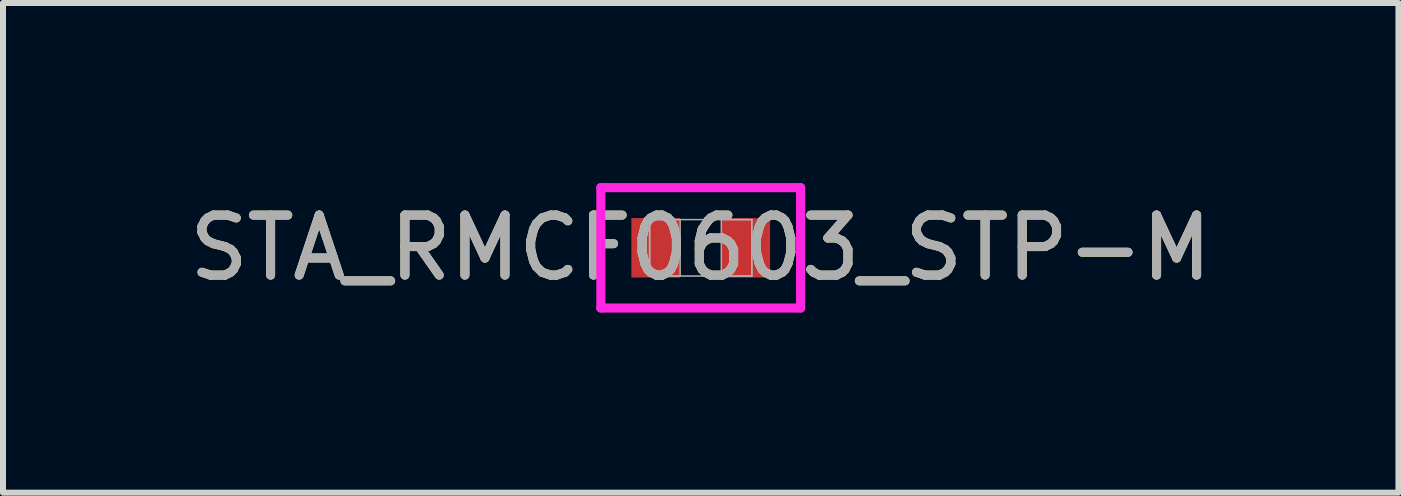
<source format=kicad_pcb>
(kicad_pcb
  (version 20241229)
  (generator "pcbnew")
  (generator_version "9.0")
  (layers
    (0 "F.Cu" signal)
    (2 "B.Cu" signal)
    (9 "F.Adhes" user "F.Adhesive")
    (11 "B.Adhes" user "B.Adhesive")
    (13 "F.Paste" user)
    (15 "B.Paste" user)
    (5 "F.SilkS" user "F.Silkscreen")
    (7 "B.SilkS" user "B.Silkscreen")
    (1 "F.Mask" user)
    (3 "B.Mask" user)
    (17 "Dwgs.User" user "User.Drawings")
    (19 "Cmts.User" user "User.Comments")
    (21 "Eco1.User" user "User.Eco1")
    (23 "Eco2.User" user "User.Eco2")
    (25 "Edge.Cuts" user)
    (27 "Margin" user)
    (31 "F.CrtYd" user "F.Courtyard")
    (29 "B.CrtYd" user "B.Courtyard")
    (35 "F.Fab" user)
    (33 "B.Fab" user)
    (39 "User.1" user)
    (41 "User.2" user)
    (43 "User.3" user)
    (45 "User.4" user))
  (footprint "STA_RMCF0603_STP-M"
    (layer "F.Cu")
    (at 8.625 1.079)
    (property "Reference" "STA_RMCF0603_STP-M" (at 0 0 0) (unlocked yes) (layer "F.SilkS") (effects (font (size 1 1) (thickness 0.15))))
    (attr smd)
    (fp_line (start -1.664 -1.003) (end 1.664 -1.003) (stroke (width 0.152) (type solid)) (layer "F.CrtYd"))
    (fp_line (start -1.664 1.003) (end -1.664 -1.003) (stroke (width 0.152) (type solid)) (layer "F.CrtYd"))
    (fp_line (start 1.664 -1.003) (end 1.664 1.003) (stroke (width 0.152) (type solid)) (layer "F.CrtYd"))
    (fp_line (start 1.664 1.003) (end -1.664 1.003) (stroke (width 0.152) (type solid)) (layer "F.CrtYd"))
    (fp_line (start -0.851 -0.47) (end -0.851 0.47) (stroke (width 0.025) (type solid)) (layer "F.Fab"))
    (fp_line (start -0.851 -0.47) (end -0.851 0.47) (stroke (width 0.025) (type solid)) (layer "F.Fab"))
    (fp_line (start -0.851 0.47) (end -0.343 0.47) (stroke (width 0.025) (type solid)) (layer "F.Fab"))
    (fp_line (start -0.851 0.47) (end 0.851 0.47) (stroke (width 0.025) (type solid)) (layer "F.Fab"))
    (fp_line (start -0.343 -0.47) (end -0.851 -0.47) (stroke (width 0.025) (type solid)) (layer "F.Fab"))
    (fp_line (start -0.343 0.47) (end -0.343 -0.47) (stroke (width 0.025) (type solid)) (layer "F.Fab"))
    (fp_line (start 0.343 -0.47) (end 0.343 0.47) (stroke (width 0.025) (type solid)) (layer "F.Fab"))
    (fp_line (start 0.343 0.47) (end 0.851 0.47) (stroke (width 0.025) (type solid)) (layer "F.Fab"))
    (fp_line (start 0.851 -0.47) (end -0.851 -0.47) (stroke (width 0.025) (type solid)) (layer "F.Fab"))
    (fp_line (start 0.851 -0.47) (end 0.343 -0.47) (stroke (width 0.025) (type solid)) (layer "F.Fab"))
    (fp_line (start 0.851 0.47) (end 0.851 -0.47) (stroke (width 0.025) (type solid)) (layer "F.Fab"))
    (fp_line (start 0.851 0.47) (end 0.851 -0.47) (stroke (width 0.025) (type solid)) (layer "F.Fab"))
    (fp_text user "${REFERENCE}" (at 0 0 0) (unlocked yes) (layer "F.Fab") (effects (font (size 1 1) (thickness 0.15))))
    (pad "1" smd rect (at -0.749 0) (size 0.813 0.991) (layers "F.Cu" "F.Mask" "F.Paste"))
    (pad "2" smd rect (at 0.749 0) (size 0.813 0.991) (layers "F.Cu" "F.Mask" "F.Paste"))
    (zone (net_name "") (layer "F.Cu") (hatch full 0.508) (connect_pads) (min_thickness 0.254) (filled_areas_thickness no) (keepout (tracks not_allowed) (vias not_allowed) (pads allowed) (copperpour not_allowed) (footprints allowed)) (placement (enabled no)) (fill) (polygon (pts (xy 8.333 0.66) (xy 8.917 0.66) (xy 8.917 1.499) (xy 8.333 1.499)))))
  (gr_rect
    (start -3 -3)
    (end 20.25 5.159)
    (stroke (width 0.1) (type default))
    (fill no)
    (layer "Edge.Cuts")))
</source>
